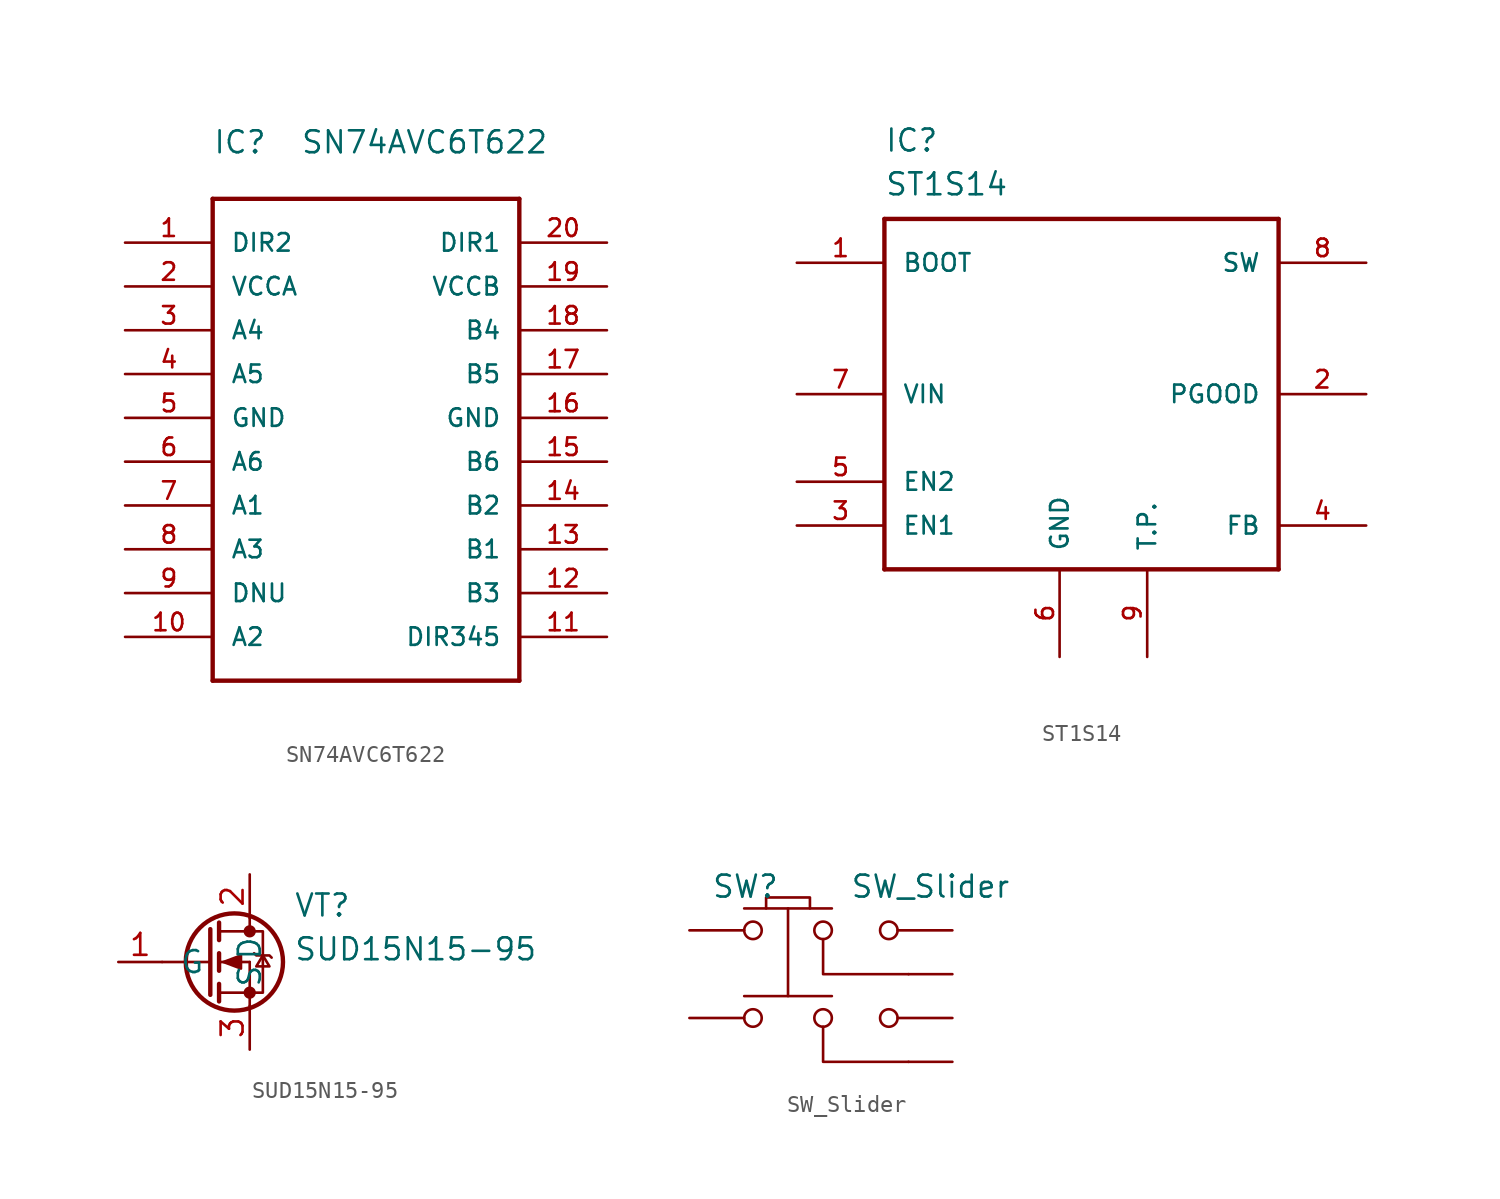
<source format=kicad_sym>
(kicad_symbol_lib
  (version 20220914)
  (generator kicad_symbol_editor)
  (symbol "SN74AVC6T622"
    (pin_names
      (offset 1.016))
    (property "Reference" "IC"
      (at 0 2.54 0)
      (effects (font (size 1.27 1.27)) (justify left bottom)))
    (property "Value" "SN74AVC6T622"
      (at 5.08 2.54 0)
      (effects (font (size 1.27 1.27)) (justify left bottom)))
    (symbol "SN74AVC6T622_1_0"
      (polyline (pts (xy 0 -27.94) (xy 0 0)) (stroke (width 0.254) (type solid)) (fill (type none)))
      (polyline (pts (xy 0 0) (xy 17.78 0)) (stroke (width 0.254) (type solid)) (fill (type none)))
      (polyline (pts (xy 17.78 -27.94) (xy 0 -27.94)) (stroke (width 0.254) (type solid)) (fill (type none)))
      (polyline (pts (xy 17.78 0) (xy 17.78 -27.94)) (stroke (width 0.254) (type solid)) (fill (type none))))
    (symbol "SN74AVC6T622_1_1"
      (pin input line (at -5.08 -2.54 0) (length 5.08) (name "DIR2" (effects (font (size 1.016 1.016)))) (number "1" (effects (font (size 1.016 1.016)))))
      (pin bidirectional line (at -5.08 -25.4 0) (length 5.08) (name "A2" (effects (font (size 1.016 1.016)))) (number "10" (effects (font (size 1.016 1.016)))))
      (pin input line (at 22.86 -25.4 180) (length 5.08) (name "DIR345" (effects (font (size 1.016 1.016)))) (number "11" (effects (font (size 1.016 1.016)))))
      (pin bidirectional line (at 22.86 -22.86 180) (length 5.08) (name "B3" (effects (font (size 1.016 1.016)))) (number "12" (effects (font (size 1.016 1.016)))))
      (pin bidirectional line (at 22.86 -20.32 180) (length 5.08) (name "B1" (effects (font (size 1.016 1.016)))) (number "13" (effects (font (size 1.016 1.016)))))
      (pin bidirectional line (at 22.86 -17.78 180) (length 5.08) (name "B2" (effects (font (size 1.016 1.016)))) (number "14" (effects (font (size 1.016 1.016)))))
      (pin bidirectional line (at 22.86 -15.24 180) (length 5.08) (name "B6" (effects (font (size 1.016 1.016)))) (number "15" (effects (font (size 1.016 1.016)))))
      (pin power_in line (at 22.86 -12.7 180) (length 5.08) (name "GND" (effects (font (size 1.016 1.016)))) (number "16" (effects (font (size 1.016 1.016)))))
      (pin bidirectional line (at 22.86 -10.16 180) (length 5.08) (name "B5" (effects (font (size 1.016 1.016)))) (number "17" (effects (font (size 1.016 1.016)))))
      (pin bidirectional line (at 22.86 -7.62 180) (length 5.08) (name "B4" (effects (font (size 1.016 1.016)))) (number "18" (effects (font (size 1.016 1.016)))))
      (pin power_in line (at 22.86 -5.08 180) (length 5.08) (name "VCCB" (effects (font (size 1.016 1.016)))) (number "19" (effects (font (size 1.016 1.016)))))
      (pin power_in line (at -5.08 -5.08 0) (length 5.08) (name "VCCA" (effects (font (size 1.016 1.016)))) (number "2" (effects (font (size 1.016 1.016)))))
      (pin input line (at 22.86 -2.54 180) (length 5.08) (name "DIR1" (effects (font (size 1.016 1.016)))) (number "20" (effects (font (size 1.016 1.016)))))
      (pin bidirectional line (at -5.08 -7.62 0) (length 5.08) (name "A4" (effects (font (size 1.016 1.016)))) (number "3" (effects (font (size 1.016 1.016)))))
      (pin bidirectional line (at -5.08 -10.16 0) (length 5.08) (name "A5" (effects (font (size 1.016 1.016)))) (number "4" (effects (font (size 1.016 1.016)))))
      (pin power_in line (at -5.08 -12.7 0) (length 5.08) (name "GND" (effects (font (size 1.016 1.016)))) (number "5" (effects (font (size 1.016 1.016)))))
      (pin bidirectional line (at -5.08 -15.24 0) (length 5.08) (name "A6" (effects (font (size 1.016 1.016)))) (number "6" (effects (font (size 1.016 1.016)))))
      (pin bidirectional line (at -5.08 -17.78 0) (length 5.08) (name "A1" (effects (font (size 1.016 1.016)))) (number "7" (effects (font (size 1.016 1.016)))))
      (pin bidirectional line (at -5.08 -20.32 0) (length 5.08) (name "A3" (effects (font (size 1.016 1.016)))) (number "8" (effects (font (size 1.016 1.016)))))
      (pin input line (at -5.08 -22.86 0) (length 5.08) (name "DNU" (effects (font (size 1.016 1.016)))) (number "9" (effects (font (size 1.016 1.016)))))))
  (symbol "ST1S14"
    (pin_names
      (offset 1.016))
    (property "Reference" "IC"
      (at 0 3.81 0)
      (effects (font (size 1.27 1.27)) (justify left bottom)))
    (property "Value" "ST1S14"
      (at 0 1.27 0)
      (effects (font (size 1.27 1.27)) (justify left bottom)))
    (symbol "ST1S14_1_0"
      (polyline (pts (xy 0 -20.32) (xy 0 0)) (stroke (width 0.254) (type solid)) (fill (type none)))
      (polyline (pts (xy 0 0) (xy 22.86 0)) (stroke (width 0.254) (type solid)) (fill (type none)))
      (polyline (pts (xy 22.86 -20.32) (xy 0 -20.32)) (stroke (width 0.254) (type solid)) (fill (type none)))
      (polyline (pts (xy 22.86 0) (xy 22.86 -20.32)) (stroke (width 0.254) (type solid)) (fill (type none))))
    (symbol "ST1S14_1_1"
      (pin passive line (at -5.08 -2.54 0) (length 5.08) (name "BOOT" (effects (font (size 1.016 1.016)))) (number "1" (effects (font (size 1.016 1.016)))))
      (pin open_collector line (at 27.94 -10.16 180) (length 5.08) (name "PGOOD" (effects (font (size 1.016 1.016)))) (number "2" (effects (font (size 1.016 1.016)))))
      (pin input line (at -5.08 -17.78 0) (length 5.08) (name "EN1" (effects (font (size 1.016 1.016)))) (number "3" (effects (font (size 1.016 1.016)))))
      (pin passive line (at 27.94 -17.78 180) (length 5.08) (name "FB" (effects (font (size 1.016 1.016)))) (number "4" (effects (font (size 1.016 1.016)))))
      (pin input line (at -5.08 -15.24 0) (length 5.08) (name "EN2" (effects (font (size 1.016 1.016)))) (number "5" (effects (font (size 1.016 1.016)))))
      (pin power_in line (at 10.16 -25.4 90) (length 5.08) (name "GND" (effects (font (size 1.016 1.016)))) (number "6" (effects (font (size 1.016 1.016)))))
      (pin power_in line (at -5.08 -10.16 0) (length 5.08) (name "VIN" (effects (font (size 1.016 1.016)))) (number "7" (effects (font (size 1.016 1.016)))))
      (pin power_out line (at 27.94 -2.54 180) (length 5.08) (name "SW" (effects (font (size 1.016 1.016)))) (number "8" (effects (font (size 1.016 1.016)))))
      (pin power_in line (at 15.24 -25.4 90) (length 5.08) (name "T.P." (effects (font (size 1.016 1.016)))) (number "9" (effects (font (size 1.016 1.016)))))))
  (symbol "SUD15N15-95"
    (pin_names
      (offset 1.016))
    (property "Reference" "VT"
      (at 10.16 2.54 0)
      (effects (font (size 1.27 1.27)) (justify left bottom)))
    (property "Value" "SUD15N15-95"
      (at 10.16 0 0)
      (effects (font (size 1.27 1.27)) (justify left bottom)))
    (symbol "SUD15N15-95_1_1"
      (polyline (pts (xy 2.54 0) (xy 5.334 0)) (stroke (width 0) (type solid)) (fill (type none)))
      (polyline (pts (xy 5.842 -1.778) (xy 7.62 -1.778)) (stroke (width 0) (type solid)) (fill (type none)))
      (polyline (pts (xy 5.842 -1.27) (xy 5.842 -2.286)) (stroke (width 0.254) (type solid)) (fill (type none)))
      (polyline (pts (xy 5.842 0) (xy 7.62 0)) (stroke (width 0) (type solid)) (fill (type none)))
      (polyline (pts (xy 5.842 0.508) (xy 5.842 -0.508)) (stroke (width 0.254) (type solid)) (fill (type none)))
      (polyline (pts (xy 5.842 1.778) (xy 7.62 1.778)) (stroke (width 0) (type solid)) (fill (type none)))
      (polyline (pts (xy 5.842 2.286) (xy 5.842 1.27)) (stroke (width 0.254) (type solid)) (fill (type none)))
      (polyline (pts (xy 7.62 -1.778) (xy 7.62 -2.54)) (stroke (width 0) (type solid)) (fill (type none)))
      (polyline (pts (xy 7.62 -1.778) (xy 7.62 0)) (stroke (width 0) (type solid)) (fill (type none)))
      (polyline (pts (xy 7.62 2.54) (xy 7.62 1.778)) (stroke (width 0) (type solid)) (fill (type none)))
      (polyline (pts (xy 5.334 1.905) (xy 5.334 -1.905) (xy 5.334 -1.905)) (stroke (width 0.254) (type solid)) (fill (type none)))
      (polyline (pts (xy 6.096 0) (xy 7.112 0.381) (xy 7.112 -0.381) (xy 6.096 0)) (stroke (width 0) (type solid)) (fill (type outline)))
      (polyline (pts (xy 7.62 -1.778) (xy 8.382 -1.778) (xy 8.382 1.778) (xy 7.62 1.778)) (stroke (width 0) (type solid)) (fill (type none)))
      (polyline (pts (xy 7.874 0.508) (xy 8.001 0.381) (xy 8.763 0.381) (xy 8.89 0.254)) (stroke (width 0) (type solid)) (fill (type none)))
      (polyline (pts (xy 8.382 0.381) (xy 8.001 -0.254) (xy 8.763 -0.254) (xy 8.382 0.381)) (stroke (width 0) (type solid)) (fill (type none)))
      (circle (center 6.731 0) (radius 2.819) (stroke (width 0.254) (type solid)) (fill (type none)))
      (circle (center 7.62 -1.778) (radius 0.279) (stroke (width 0) (type solid)) (fill (type outline)))
      (circle (center 7.62 1.778) (radius 0.279) (stroke (width 0) (type solid)) (fill (type outline)))
      (pin input line (at 0 0 0) (length 2.54) (name "G" (effects (font (size 1.27 1.27)))) (number "1" (effects (font (size 1.27 1.27)))))
      (pin passive line (at 7.62 5.08 270) (length 2.54) (name "D" (effects (font (size 1.27 1.27)))) (number "2" (effects (font (size 1.27 1.27)))))
      (pin passive line (at 7.62 -5.08 90) (length 2.54) (name "S" (effects (font (size 1.27 1.27)))) (number "3" (effects (font (size 1.27 1.27)))))))
  (symbol "SW_Slider"
    (pin_numbers hide)
    (pin_names
      (offset 1.016) hide)
    (property "Reference" "SW"
      (at 1.27 2.54 0)
      (effects (font (size 1.27 1.27)) (justify left)))
    (property "Value" "SW_Slider"
      (at 13.97 2.54 0)
      (effects (font (size 1.27 1.27))))
    (symbol "SW_Slider_0_1"
      (polyline (pts (xy 5.715 -3.81) (xy 5.715 1.27)) (stroke (width 0) (type solid)) (fill (type none)))
      (polyline (pts (xy 8.255 1.27) (xy 3.175 1.27)) (stroke (width 0) (type solid)) (fill (type none)))
      (circle (center 3.683 0) (radius 0.508) (stroke (width 0) (type solid)) (fill (type none)))
      (circle (center 7.747 0) (radius 0.508) (stroke (width 0) (type solid)) (fill (type none)))
      (pin passive line (at 0 0 0) (length 3.175) (name "1" (effects (font (size 1.27 1.27)))) (number "1" (effects (font (size 1.27 1.27)))))
      (pin passive line (at 15.24 -2.54 180) (length 2.54) (name "2" (effects (font (size 1.27 1.27)))) (number "2" (effects (font (size 1.27 1.27))))))
    (symbol "SW_Slider_1_1"
      (polyline (pts (xy 8.255 -3.81) (xy 3.175 -3.81)) (stroke (width 0) (type solid)) (fill (type none)))
      (polyline (pts (xy 12.7 -7.62) (xy 7.747 -7.62) (xy 7.747 -5.588)) (stroke (width 0) (type solid)) (fill (type none)))
      (polyline (pts (xy 12.7 -2.54) (xy 7.747 -2.54) (xy 7.747 -0.508)) (stroke (width 0) (type solid)) (fill (type none)))
      (polyline (pts (xy 4.445 1.27) (xy 4.445 1.905) (xy 6.985 1.905) (xy 6.985 1.27)) (stroke (width 0) (type solid)) (fill (type none)))
      (circle (center 3.683 -5.08) (radius 0.508) (stroke (width 0) (type solid)) (fill (type none)))
      (circle (center 7.747 -5.08) (radius 0.508) (stroke (width 0) (type solid)) (fill (type none)))
      (circle (center 11.557 -5.08) (radius 0.508) (stroke (width 0) (type solid)) (fill (type none)))
      (circle (center 11.557 0) (radius 0.508) (stroke (width 0) (type solid)) (fill (type none)))
      (pin passive line (at 15.24 0 180) (length 3.175) (name "3" (effects (font (size 1.27 1.27)))) (number "3" (effects (font (size 1.27 1.27)))))
      (pin passive line (at 0 -5.08 0) (length 3.175) (name "4" (effects (font (size 1.27 1.27)))) (number "4" (effects (font (size 1.27 1.27)))))
      (pin passive line (at 15.24 -7.62 180) (length 2.54) (name "5" (effects (font (size 1.27 1.27)))) (number "5" (effects (font (size 1.27 1.27)))))
      (pin passive line (at 15.24 -5.08 180) (length 3.175) (name "6" (effects (font (size 1.27 1.27)))) (number "6" (effects (font (size 1.27 1.27))))))))
</source>
